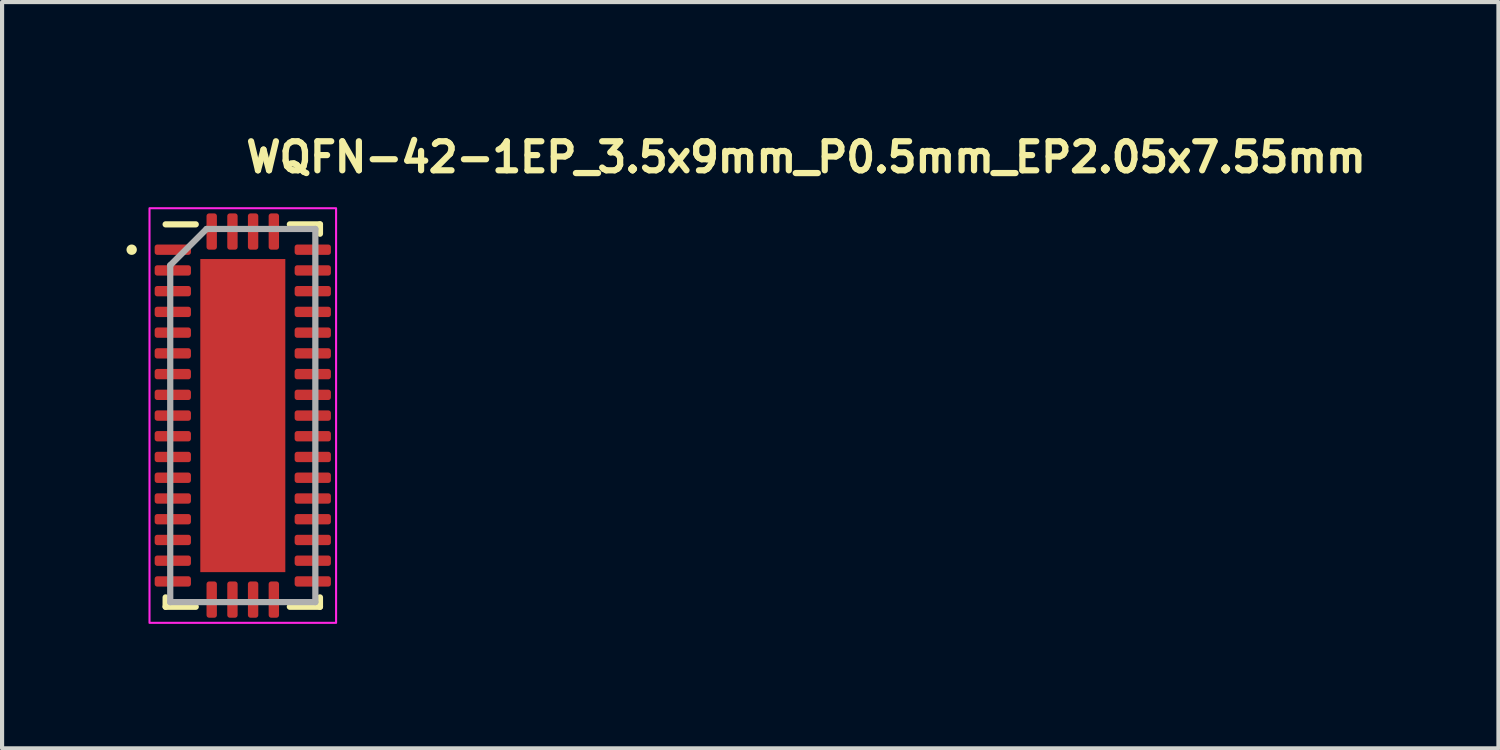
<source format=kicad_pcb>
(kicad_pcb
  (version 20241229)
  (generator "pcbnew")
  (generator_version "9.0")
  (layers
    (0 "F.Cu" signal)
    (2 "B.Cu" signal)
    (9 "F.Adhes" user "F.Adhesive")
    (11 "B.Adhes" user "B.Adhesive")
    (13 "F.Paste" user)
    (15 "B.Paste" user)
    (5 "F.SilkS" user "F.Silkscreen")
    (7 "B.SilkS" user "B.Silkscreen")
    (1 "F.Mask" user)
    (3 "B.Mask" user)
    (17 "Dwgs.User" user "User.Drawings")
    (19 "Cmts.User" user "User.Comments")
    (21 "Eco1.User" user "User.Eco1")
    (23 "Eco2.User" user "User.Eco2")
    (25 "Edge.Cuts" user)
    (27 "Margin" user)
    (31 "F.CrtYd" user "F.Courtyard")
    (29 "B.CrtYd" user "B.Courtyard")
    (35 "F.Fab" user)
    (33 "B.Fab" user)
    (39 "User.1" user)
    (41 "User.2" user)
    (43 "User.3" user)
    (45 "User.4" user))
  (footprint "WQFN-42-1EP_3.5x9mm_P0.5mm_EP2.05x7.55mm"
    (layer "F.Cu")
    (at 2.805 6.971)
    (property "Reference" "WQFN-42-1EP_3.5x9mm_P0.5mm_EP2.05x7.55mm" (at 0 -5.821 0) (layer "F.SilkS") (effects (font (size 0.7 0.7) (thickness 0.15)) (justify left bottom)))
    (attr smd)
    (fp_line (start -1.861 4.61) (end -1.861 4.384) (stroke (width 0.15) (type solid)) (layer "F.SilkS"))
    (fp_line (start -1.135 -4.611) (end -1.861 -4.611) (stroke (width 0.15) (type solid)) (layer "F.SilkS"))
    (fp_line (start -1.135 4.61) (end -1.861 4.61) (stroke (width 0.15) (type solid)) (layer "F.SilkS"))
    (fp_line (start 1.134 -4.611) (end 1.86 -4.611) (stroke (width 0.15) (type solid)) (layer "F.SilkS"))
    (fp_line (start 1.134 4.61) (end 1.86 4.61) (stroke (width 0.15) (type solid)) (layer "F.SilkS"))
    (fp_line (start 1.86 -4.611) (end 1.86 -4.385) (stroke (width 0.15) (type solid)) (layer "F.SilkS"))
    (fp_line (start 1.86 4.61) (end 1.86 4.384) (stroke (width 0.15) (type solid)) (layer "F.SilkS"))
    (fp_circle (center -2.68 -4) (end -2.63 -4) (stroke (width 0.15) (type solid)) (fill yes) (layer "F.SilkS"))
    (fp_rect (start -2.25 -5) (end 2.249 4.998) (stroke (width 0.05) (type solid)) (fill no) (layer "F.CrtYd"))
    (fp_line (start -1.75 -3.625) (end -0.875 -4.5) (stroke (width 0.15) (type solid)) (layer "F.Fab"))
    (fp_line (start -1.75 4.498) (end -1.75 -3.625) (stroke (width 0.15) (type solid)) (layer "F.Fab"))
    (fp_line (start -0.875 -4.5) (end 1.749 -4.5) (stroke (width 0.15) (type solid)) (layer "F.Fab"))
    (fp_line (start 1.749 -4.5) (end 1.749 4.498) (stroke (width 0.15) (type solid)) (layer "F.Fab"))
    (fp_line (start 1.749 4.498) (end -1.75 4.498) (stroke (width 0.15) (type solid)) (layer "F.Fab"))
    (fp_rect (start -1.75 -4.5) (end 1.749 4.498) (stroke (width 0.1) (type solid)) (fill no) (layer "User.5"))
    (fp_line (start -1.75 -4.5) (end -1.75 4.498) (stroke (width 0.02) (type solid)) (layer "User.9"))
    (fp_line (start -1.75 4.498) (end 1.749 4.498) (stroke (width 0.02) (type solid)) (layer "User.9"))
    (fp_line (start -1.45 -4.021) (end -1.45 -4.012) (stroke (width 0.02) (type solid)) (layer "User.9"))
    (fp_line (start -1.45 -4.021) (end -1.45 -4.012) (stroke (width 0.02) (type solid)) (layer "User.9"))
    (fp_line (start -1.45 -4.012) (end -1.45 -4) (stroke (width 0.02) (type solid)) (layer "User.9"))
    (fp_line (start -1.45 -4.012) (end -1.45 -4) (stroke (width 0.02) (type solid)) (layer "User.9"))
    (fp_line (start -1.45 -4) (end -1.45 -4) (stroke (width 0.02) (type solid)) (layer "User.9"))
    (fp_line (start -1.45 -4) (end -1.45 -4) (stroke (width 0.02) (type solid)) (layer "User.9"))
    (fp_line (start -1.45 -4) (end -1.45 -3.991) (stroke (width 0.02) (type solid)) (layer "User.9"))
    (fp_line (start -1.45 -4) (end -1.45 -3.991) (stroke (width 0.02) (type solid)) (layer "User.9"))
    (fp_line (start -1.45 -3.991) (end -1.45 -3.98) (stroke (width 0.02) (type solid)) (layer "User.9"))
    (fp_line (start -1.45 -3.991) (end -1.45 -3.98) (stroke (width 0.02) (type solid)) (layer "User.9"))
    (fp_line (start -1.45 -3.98) (end -1.448 -3.971) (stroke (width 0.02) (type solid)) (layer "User.9"))
    (fp_line (start -1.45 -3.98) (end -1.448 -3.971) (stroke (width 0.02) (type solid)) (layer "User.9"))
    (fp_line (start -1.448 -4.031) (end -1.45 -4.021) (stroke (width 0.02) (type solid)) (layer "User.9"))
    (fp_line (start -1.448 -4.031) (end -1.45 -4.021) (stroke (width 0.02) (type solid)) (layer "User.9"))
    (fp_line (start -1.448 -3.971) (end -1.446 -3.96) (stroke (width 0.02) (type solid)) (layer "User.9"))
    (fp_line (start -1.448 -3.971) (end -1.446 -3.96) (stroke (width 0.02) (type solid)) (layer "User.9"))
    (fp_line (start -1.446 -4.042) (end -1.448 -4.031) (stroke (width 0.02) (type solid)) (layer "User.9"))
    (fp_line (start -1.446 -4.042) (end -1.448 -4.031) (stroke (width 0.02) (type solid)) (layer "User.9"))
    (fp_line (start -1.446 -3.96) (end -1.444 -3.951) (stroke (width 0.02) (type solid)) (layer "User.9"))
    (fp_line (start -1.446 -3.96) (end -1.444 -3.951) (stroke (width 0.02) (type solid)) (layer "User.9"))
    (fp_line (start -1.444 -4.05) (end -1.446 -4.042) (stroke (width 0.02) (type solid)) (layer "User.9"))
    (fp_line (start -1.444 -4.05) (end -1.446 -4.042) (stroke (width 0.02) (type solid)) (layer "User.9"))
    (fp_line (start -1.444 -3.951) (end -1.442 -3.942) (stroke (width 0.02) (type solid)) (layer "User.9"))
    (fp_line (start -1.444 -3.951) (end -1.442 -3.942) (stroke (width 0.02) (type solid)) (layer "User.9"))
    (fp_line (start -1.442 -4.061) (end -1.444 -4.05) (stroke (width 0.02) (type solid)) (layer "User.9"))
    (fp_line (start -1.442 -4.061) (end -1.444 -4.05) (stroke (width 0.02) (type solid)) (layer "User.9"))
    (fp_line (start -1.442 -3.942) (end -1.438 -3.932) (stroke (width 0.02) (type solid)) (layer "User.9"))
    (fp_line (start -1.442 -3.942) (end -1.438 -3.932) (stroke (width 0.02) (type solid)) (layer "User.9"))
    (fp_line (start -1.438 -4.069) (end -1.442 -4.061) (stroke (width 0.02) (type solid)) (layer "User.9"))
    (fp_line (start -1.438 -4.069) (end -1.442 -4.061) (stroke (width 0.02) (type solid)) (layer "User.9"))
    (fp_line (start -1.438 -3.932) (end -1.436 -3.923) (stroke (width 0.02) (type solid)) (layer "User.9"))
    (fp_line (start -1.438 -3.932) (end -1.436 -3.923) (stroke (width 0.02) (type solid)) (layer "User.9"))
    (fp_line (start -1.436 -4.079) (end -1.438 -4.069) (stroke (width 0.02) (type solid)) (layer "User.9"))
    (fp_line (start -1.436 -4.079) (end -1.438 -4.069) (stroke (width 0.02) (type solid)) (layer "User.9"))
    (fp_line (start -1.436 -3.923) (end -1.432 -3.915) (stroke (width 0.02) (type solid)) (layer "User.9"))
    (fp_line (start -1.436 -3.923) (end -1.432 -3.915) (stroke (width 0.02) (type solid)) (layer "User.9"))
    (fp_line (start -1.432 -4.087) (end -1.436 -4.079) (stroke (width 0.02) (type solid)) (layer "User.9"))
    (fp_line (start -1.432 -4.087) (end -1.436 -4.079) (stroke (width 0.02) (type solid)) (layer "User.9"))
    (fp_line (start -1.432 -3.915) (end -1.426 -3.906) (stroke (width 0.02) (type solid)) (layer "User.9"))
    (fp_line (start -1.432 -3.915) (end -1.426 -3.906) (stroke (width 0.02) (type solid)) (layer "User.9"))
    (fp_line (start -1.426 -4.096) (end -1.432 -4.087) (stroke (width 0.02) (type solid)) (layer "User.9"))
    (fp_line (start -1.426 -4.096) (end -1.432 -4.087) (stroke (width 0.02) (type solid)) (layer "User.9"))
    (fp_line (start -1.426 -3.906) (end -1.422 -3.898) (stroke (width 0.02) (type solid)) (layer "User.9"))
    (fp_line (start -1.426 -3.906) (end -1.422 -3.898) (stroke (width 0.02) (type solid)) (layer "User.9"))
    (fp_line (start -1.422 -4.105) (end -1.426 -4.096) (stroke (width 0.02) (type solid)) (layer "User.9"))
    (fp_line (start -1.422 -4.105) (end -1.426 -4.096) (stroke (width 0.02) (type solid)) (layer "User.9"))
    (fp_line (start -1.422 -3.898) (end -1.416 -3.89) (stroke (width 0.02) (type solid)) (layer "User.9"))
    (fp_line (start -1.422 -3.898) (end -1.416 -3.89) (stroke (width 0.02) (type solid)) (layer "User.9"))
    (fp_line (start -1.416 -4.113) (end -1.422 -4.105) (stroke (width 0.02) (type solid)) (layer "User.9"))
    (fp_line (start -1.416 -4.113) (end -1.422 -4.105) (stroke (width 0.02) (type solid)) (layer "User.9"))
    (fp_line (start -1.416 -3.89) (end -1.412 -3.882) (stroke (width 0.02) (type solid)) (layer "User.9"))
    (fp_line (start -1.416 -3.89) (end -1.412 -3.882) (stroke (width 0.02) (type solid)) (layer "User.9"))
    (fp_line (start -1.412 -4.121) (end -1.416 -4.113) (stroke (width 0.02) (type solid)) (layer "User.9"))
    (fp_line (start -1.412 -4.121) (end -1.416 -4.113) (stroke (width 0.02) (type solid)) (layer "User.9"))
    (fp_line (start -1.412 -3.882) (end -1.405 -3.874) (stroke (width 0.02) (type solid)) (layer "User.9"))
    (fp_line (start -1.412 -3.882) (end -1.405 -3.874) (stroke (width 0.02) (type solid)) (layer "User.9"))
    (fp_line (start -1.405 -4.129) (end -1.412 -4.121) (stroke (width 0.02) (type solid)) (layer "User.9"))
    (fp_line (start -1.405 -4.129) (end -1.412 -4.121) (stroke (width 0.02) (type solid)) (layer "User.9"))
    (fp_line (start -1.405 -3.874) (end -1.399 -3.867) (stroke (width 0.02) (type solid)) (layer "User.9"))
    (fp_line (start -1.405 -3.874) (end -1.399 -3.867) (stroke (width 0.02) (type solid)) (layer "User.9"))
    (fp_line (start -1.399 -4.135) (end -1.405 -4.129) (stroke (width 0.02) (type solid)) (layer "User.9"))
    (fp_line (start -1.399 -4.135) (end -1.405 -4.129) (stroke (width 0.02) (type solid)) (layer "User.9"))
    (fp_line (start -1.399 -3.867) (end -1.393 -3.859) (stroke (width 0.02) (type solid)) (layer "User.9"))
    (fp_line (start -1.399 -3.867) (end -1.393 -3.859) (stroke (width 0.02) (type solid)) (layer "User.9"))
    (fp_line (start -1.393 -4.143) (end -1.399 -4.135) (stroke (width 0.02) (type solid)) (layer "User.9"))
    (fp_line (start -1.393 -4.143) (end -1.399 -4.135) (stroke (width 0.02) (type solid)) (layer "User.9"))
    (fp_line (start -1.393 -3.859) (end -1.385 -3.854) (stroke (width 0.02) (type solid)) (layer "User.9"))
    (fp_line (start -1.393 -3.859) (end -1.385 -3.854) (stroke (width 0.02) (type solid)) (layer "User.9"))
    (fp_line (start -1.385 -4.148) (end -1.393 -4.143) (stroke (width 0.02) (type solid)) (layer "User.9"))
    (fp_line (start -1.385 -4.148) (end -1.393 -4.143) (stroke (width 0.02) (type solid)) (layer "User.9"))
    (fp_line (start -1.385 -3.854) (end -1.379 -3.847) (stroke (width 0.02) (type solid)) (layer "User.9"))
    (fp_line (start -1.385 -3.854) (end -1.379 -3.847) (stroke (width 0.02) (type solid)) (layer "User.9"))
    (fp_line (start -1.379 -4.156) (end -1.385 -4.148) (stroke (width 0.02) (type solid)) (layer "User.9"))
    (fp_line (start -1.379 -4.156) (end -1.385 -4.148) (stroke (width 0.02) (type solid)) (layer "User.9"))
    (fp_line (start -1.379 -3.847) (end -1.371 -3.84) (stroke (width 0.02) (type solid)) (layer "User.9"))
    (fp_line (start -1.379 -3.847) (end -1.371 -3.84) (stroke (width 0.02) (type solid)) (layer "User.9"))
    (fp_line (start -1.371 -4.162) (end -1.379 -4.156) (stroke (width 0.02) (type solid)) (layer "User.9"))
    (fp_line (start -1.371 -4.162) (end -1.379 -4.156) (stroke (width 0.02) (type solid)) (layer "User.9"))
    (fp_line (start -1.371 -3.84) (end -1.363 -3.835) (stroke (width 0.02) (type solid)) (layer "User.9"))
    (fp_line (start -1.371 -3.84) (end -1.363 -3.835) (stroke (width 0.02) (type solid)) (layer "User.9"))
    (fp_line (start -1.363 -4.167) (end -1.371 -4.162) (stroke (width 0.02) (type solid)) (layer "User.9"))
    (fp_line (start -1.363 -4.167) (end -1.371 -4.162) (stroke (width 0.02) (type solid)) (layer "User.9"))
    (fp_line (start -1.363 -3.835) (end -1.355 -3.83) (stroke (width 0.02) (type solid)) (layer "User.9"))
    (fp_line (start -1.363 -3.835) (end -1.355 -3.83) (stroke (width 0.02) (type solid)) (layer "User.9"))
    (fp_line (start -1.355 -4.172) (end -1.363 -4.167) (stroke (width 0.02) (type solid)) (layer "User.9"))
    (fp_line (start -1.355 -4.172) (end -1.363 -4.167) (stroke (width 0.02) (type solid)) (layer "User.9"))
    (fp_line (start -1.355 -3.83) (end -1.347 -3.826) (stroke (width 0.02) (type solid)) (layer "User.9"))
    (fp_line (start -1.355 -3.83) (end -1.347 -3.826) (stroke (width 0.02) (type solid)) (layer "User.9"))
    (fp_line (start -1.347 -4.177) (end -1.355 -4.172) (stroke (width 0.02) (type solid)) (layer "User.9"))
    (fp_line (start -1.347 -4.177) (end -1.355 -4.172) (stroke (width 0.02) (type solid)) (layer "User.9"))
    (fp_line (start -1.347 -3.826) (end -1.337 -3.821) (stroke (width 0.02) (type solid)) (layer "User.9"))
    (fp_line (start -1.347 -3.826) (end -1.337 -3.821) (stroke (width 0.02) (type solid)) (layer "User.9"))
    (fp_line (start -1.337 -4.181) (end -1.347 -4.177) (stroke (width 0.02) (type solid)) (layer "User.9"))
    (fp_line (start -1.337 -4.181) (end -1.347 -4.177) (stroke (width 0.02) (type solid)) (layer "User.9"))
    (fp_line (start -1.337 -3.821) (end -1.329 -3.817) (stroke (width 0.02) (type solid)) (layer "User.9"))
    (fp_line (start -1.337 -3.821) (end -1.329 -3.817) (stroke (width 0.02) (type solid)) (layer "User.9"))
    (fp_line (start -1.329 -4.186) (end -1.337 -4.181) (stroke (width 0.02) (type solid)) (layer "User.9"))
    (fp_line (start -1.329 -4.186) (end -1.337 -4.181) (stroke (width 0.02) (type solid)) (layer "User.9"))
    (fp_line (start -1.329 -3.817) (end -1.319 -3.814) (stroke (width 0.02) (type solid)) (layer "User.9"))
    (fp_line (start -1.329 -3.817) (end -1.319 -3.814) (stroke (width 0.02) (type solid)) (layer "User.9"))
    (fp_line (start -1.319 -4.188) (end -1.329 -4.186) (stroke (width 0.02) (type solid)) (layer "User.9"))
    (fp_line (start -1.319 -4.188) (end -1.329 -4.186) (stroke (width 0.02) (type solid)) (layer "User.9"))
    (fp_line (start -1.319 -3.814) (end -1.311 -3.81) (stroke (width 0.02) (type solid)) (layer "User.9"))
    (fp_line (start -1.319 -3.814) (end -1.311 -3.81) (stroke (width 0.02) (type solid)) (layer "User.9"))
    (fp_line (start -1.311 -4.191) (end -1.319 -4.188) (stroke (width 0.02) (type solid)) (layer "User.9"))
    (fp_line (start -1.311 -4.191) (end -1.319 -4.188) (stroke (width 0.02) (type solid)) (layer "User.9"))
    (fp_line (start -1.311 -3.81) (end -1.301 -3.807) (stroke (width 0.02) (type solid)) (layer "User.9"))
    (fp_line (start -1.311 -3.81) (end -1.301 -3.807) (stroke (width 0.02) (type solid)) (layer "User.9"))
    (fp_line (start -1.301 -4.194) (end -1.311 -4.191) (stroke (width 0.02) (type solid)) (layer "User.9"))
    (fp_line (start -1.301 -4.194) (end -1.311 -4.191) (stroke (width 0.02) (type solid)) (layer "User.9"))
    (fp_line (start -1.301 -3.807) (end -1.291 -3.806) (stroke (width 0.02) (type solid)) (layer "User.9"))
    (fp_line (start -1.301 -3.807) (end -1.291 -3.806) (stroke (width 0.02) (type solid)) (layer "User.9"))
    (fp_line (start -1.291 -4.196) (end -1.301 -4.194) (stroke (width 0.02) (type solid)) (layer "User.9"))
    (fp_line (start -1.291 -4.196) (end -1.301 -4.194) (stroke (width 0.02) (type solid)) (layer "User.9"))
    (fp_line (start -1.291 -3.806) (end -1.281 -3.803) (stroke (width 0.02) (type solid)) (layer "User.9"))
    (fp_line (start -1.291 -3.806) (end -1.281 -3.803) (stroke (width 0.02) (type solid)) (layer "User.9"))
    (fp_line (start -1.281 -4.199) (end -1.291 -4.196) (stroke (width 0.02) (type solid)) (layer "User.9"))
    (fp_line (start -1.281 -4.199) (end -1.291 -4.196) (stroke (width 0.02) (type solid)) (layer "User.9"))
    (fp_line (start -1.281 -3.803) (end -1.272 -3.802) (stroke (width 0.02) (type solid)) (layer "User.9"))
    (fp_line (start -1.281 -3.803) (end -1.272 -3.802) (stroke (width 0.02) (type solid)) (layer "User.9"))
    (fp_line (start -1.272 -4.199) (end -1.281 -4.199) (stroke (width 0.02) (type solid)) (layer "User.9"))
    (fp_line (start -1.272 -4.199) (end -1.281 -4.199) (stroke (width 0.02) (type solid)) (layer "User.9"))
    (fp_line (start -1.272 -3.802) (end -1.262 -3.802) (stroke (width 0.02) (type solid)) (layer "User.9"))
    (fp_line (start -1.272 -3.802) (end -1.262 -3.802) (stroke (width 0.02) (type solid)) (layer "User.9"))
    (fp_line (start -1.262 -4.201) (end -1.272 -4.199) (stroke (width 0.02) (type solid)) (layer "User.9"))
    (fp_line (start -1.262 -4.201) (end -1.272 -4.199) (stroke (width 0.02) (type solid)) (layer "User.9"))
    (fp_line (start -1.262 -3.802) (end -1.25 -3.801) (stroke (width 0.02) (type solid)) (layer "User.9"))
    (fp_line (start -1.262 -3.802) (end -1.25 -3.801) (stroke (width 0.02) (type solid)) (layer "User.9"))
    (fp_line (start -1.25 -4.202) (end -1.262 -4.201) (stroke (width 0.02) (type solid)) (layer "User.9"))
    (fp_line (start -1.25 -4.202) (end -1.262 -4.201) (stroke (width 0.02) (type solid)) (layer "User.9"))
    (fp_line (start -1.25 -3.801) (end -1.24 -3.802) (stroke (width 0.02) (type solid)) (layer "User.9"))
    (fp_line (start -1.25 -3.801) (end -1.24 -3.802) (stroke (width 0.02) (type solid)) (layer "User.9"))
    (fp_line (start -1.24 -4.201) (end -1.252 -4.202) (stroke (width 0.02) (type solid)) (layer "User.9"))
    (fp_line (start -1.24 -4.201) (end -1.252 -4.202) (stroke (width 0.02) (type solid)) (layer "User.9"))
    (fp_line (start -1.24 -3.802) (end -1.23 -3.802) (stroke (width 0.02) (type solid)) (layer "User.9"))
    (fp_line (start -1.24 -3.802) (end -1.23 -3.802) (stroke (width 0.02) (type solid)) (layer "User.9"))
    (fp_line (start -1.23 -4.199) (end -1.24 -4.201) (stroke (width 0.02) (type solid)) (layer "User.9"))
    (fp_line (start -1.23 -4.199) (end -1.24 -4.201) (stroke (width 0.02) (type solid)) (layer "User.9"))
    (fp_line (start -1.23 -3.802) (end -1.22 -3.803) (stroke (width 0.02) (type solid)) (layer "User.9"))
    (fp_line (start -1.23 -3.802) (end -1.22 -3.803) (stroke (width 0.02) (type solid)) (layer "User.9"))
    (fp_line (start -1.22 -4.199) (end -1.23 -4.199) (stroke (width 0.02) (type solid)) (layer "User.9"))
    (fp_line (start -1.22 -4.199) (end -1.23 -4.199) (stroke (width 0.02) (type solid)) (layer "User.9"))
    (fp_line (start -1.22 -3.803) (end -1.21 -3.806) (stroke (width 0.02) (type solid)) (layer "User.9"))
    (fp_line (start -1.22 -3.803) (end -1.21 -3.806) (stroke (width 0.02) (type solid)) (layer "User.9"))
    (fp_line (start -1.21 -4.196) (end -1.22 -4.199) (stroke (width 0.02) (type solid)) (layer "User.9"))
    (fp_line (start -1.21 -4.196) (end -1.22 -4.199) (stroke (width 0.02) (type solid)) (layer "User.9"))
    (fp_line (start -1.21 -3.806) (end -1.202 -3.807) (stroke (width 0.02) (type solid)) (layer "User.9"))
    (fp_line (start -1.21 -3.806) (end -1.202 -3.807) (stroke (width 0.02) (type solid)) (layer "User.9"))
    (fp_line (start -1.202 -4.194) (end -1.21 -4.196) (stroke (width 0.02) (type solid)) (layer "User.9"))
    (fp_line (start -1.202 -4.194) (end -1.21 -4.196) (stroke (width 0.02) (type solid)) (layer "User.9"))
    (fp_line (start -1.202 -3.807) (end -1.192 -3.81) (stroke (width 0.02) (type solid)) (layer "User.9"))
    (fp_line (start -1.202 -3.807) (end -1.192 -3.81) (stroke (width 0.02) (type solid)) (layer "User.9"))
    (fp_line (start -1.192 -4.191) (end -1.202 -4.194) (stroke (width 0.02) (type solid)) (layer "User.9"))
    (fp_line (start -1.192 -4.191) (end -1.202 -4.194) (stroke (width 0.02) (type solid)) (layer "User.9"))
    (fp_line (start -1.192 -3.81) (end -1.182 -3.814) (stroke (width 0.02) (type solid)) (layer "User.9"))
    (fp_line (start -1.192 -3.81) (end -1.182 -3.814) (stroke (width 0.02) (type solid)) (layer "User.9"))
    (fp_line (start -1.182 -4.188) (end -1.192 -4.191) (stroke (width 0.02) (type solid)) (layer "User.9"))
    (fp_line (start -1.182 -4.188) (end -1.192 -4.191) (stroke (width 0.02) (type solid)) (layer "User.9"))
    (fp_line (start -1.182 -3.814) (end -1.174 -3.817) (stroke (width 0.02) (type solid)) (layer "User.9"))
    (fp_line (start -1.182 -3.814) (end -1.174 -3.817) (stroke (width 0.02) (type solid)) (layer "User.9"))
    (fp_line (start -1.174 -4.186) (end -1.182 -4.188) (stroke (width 0.02) (type solid)) (layer "User.9"))
    (fp_line (start -1.174 -4.186) (end -1.182 -4.188) (stroke (width 0.02) (type solid)) (layer "User.9"))
    (fp_line (start -1.174 -3.817) (end -1.164 -3.821) (stroke (width 0.02) (type solid)) (layer "User.9"))
    (fp_line (start -1.174 -3.817) (end -1.164 -3.821) (stroke (width 0.02) (type solid)) (layer "User.9"))
    (fp_line (start -1.164 -4.181) (end -1.174 -4.186) (stroke (width 0.02) (type solid)) (layer "User.9"))
    (fp_line (start -1.164 -4.181) (end -1.174 -4.186) (stroke (width 0.02) (type solid)) (layer "User.9"))
    (fp_line (start -1.164 -3.821) (end -1.156 -3.826) (stroke (width 0.02) (type solid)) (layer "User.9"))
    (fp_line (start -1.164 -3.821) (end -1.156 -3.826) (stroke (width 0.02) (type solid)) (layer "User.9"))
    (fp_line (start -1.156 -4.177) (end -1.164 -4.181) (stroke (width 0.02) (type solid)) (layer "User.9"))
    (fp_line (start -1.156 -4.177) (end -1.164 -4.181) (stroke (width 0.02) (type solid)) (layer "User.9"))
    (fp_line (start -1.156 -3.826) (end -1.147 -3.83) (stroke (width 0.02) (type solid)) (layer "User.9"))
    (fp_line (start -1.156 -3.826) (end -1.147 -3.83) (stroke (width 0.02) (type solid)) (layer "User.9"))
    (fp_line (start -1.147 -4.172) (end -1.156 -4.177) (stroke (width 0.02) (type solid)) (layer "User.9"))
    (fp_line (start -1.147 -4.172) (end -1.156 -4.177) (stroke (width 0.02) (type solid)) (layer "User.9"))
    (fp_line (start -1.147 -3.83) (end -1.139 -3.835) (stroke (width 0.02) (type solid)) (layer "User.9"))
    (fp_line (start -1.147 -3.83) (end -1.139 -3.835) (stroke (width 0.02) (type solid)) (layer "User.9"))
    (fp_line (start -1.139 -4.167) (end -1.147 -4.172) (stroke (width 0.02) (type solid)) (layer "User.9"))
    (fp_line (start -1.139 -4.167) (end -1.147 -4.172) (stroke (width 0.02) (type solid)) (layer "User.9"))
    (fp_line (start -1.139 -3.835) (end -1.131 -3.84) (stroke (width 0.02) (type solid)) (layer "User.9"))
    (fp_line (start -1.139 -3.835) (end -1.131 -3.84) (stroke (width 0.02) (type solid)) (layer "User.9"))
    (fp_line (start -1.131 -4.162) (end -1.139 -4.167) (stroke (width 0.02) (type solid)) (layer "User.9"))
    (fp_line (start -1.131 -4.162) (end -1.139 -4.167) (stroke (width 0.02) (type solid)) (layer "User.9"))
    (fp_line (start -1.131 -3.84) (end -1.123 -3.847) (stroke (width 0.02) (type solid)) (layer "User.9"))
    (fp_line (start -1.131 -3.84) (end -1.123 -3.847) (stroke (width 0.02) (type solid)) (layer "User.9"))
    (fp_line (start -1.123 -4.156) (end -1.131 -4.162) (stroke (width 0.02) (type solid)) (layer "User.9"))
    (fp_line (start -1.123 -4.156) (end -1.131 -4.162) (stroke (width 0.02) (type solid)) (layer "User.9"))
    (fp_line (start -1.123 -3.847) (end -1.117 -3.854) (stroke (width 0.02) (type solid)) (layer "User.9"))
    (fp_line (start -1.123 -3.847) (end -1.117 -3.854) (stroke (width 0.02) (type solid)) (layer "User.9"))
    (fp_line (start -1.117 -4.148) (end -1.123 -4.156) (stroke (width 0.02) (type solid)) (layer "User.9"))
    (fp_line (start -1.117 -4.148) (end -1.123 -4.156) (stroke (width 0.02) (type solid)) (layer "User.9"))
    (fp_line (start -1.117 -3.854) (end -1.109 -3.859) (stroke (width 0.02) (type solid)) (layer "User.9"))
    (fp_line (start -1.117 -3.854) (end -1.109 -3.859) (stroke (width 0.02) (type solid)) (layer "User.9"))
    (fp_line (start -1.109 -4.143) (end -1.117 -4.148) (stroke (width 0.02) (type solid)) (layer "User.9"))
    (fp_line (start -1.109 -4.143) (end -1.117 -4.148) (stroke (width 0.02) (type solid)) (layer "User.9"))
    (fp_line (start -1.109 -3.859) (end -1.103 -3.867) (stroke (width 0.02) (type solid)) (layer "User.9"))
    (fp_line (start -1.109 -3.859) (end -1.103 -3.867) (stroke (width 0.02) (type solid)) (layer "User.9"))
    (fp_line (start -1.103 -4.135) (end -1.109 -4.143) (stroke (width 0.02) (type solid)) (layer "User.9"))
    (fp_line (start -1.103 -4.135) (end -1.109 -4.143) (stroke (width 0.02) (type solid)) (layer "User.9"))
    (fp_line (start -1.103 -3.867) (end -1.097 -3.874) (stroke (width 0.02) (type solid)) (layer "User.9"))
    (fp_line (start -1.103 -3.867) (end -1.097 -3.874) (stroke (width 0.02) (type solid)) (layer "User.9"))
    (fp_line (start -1.097 -4.129) (end -1.103 -4.135) (stroke (width 0.02) (type solid)) (layer "User.9"))
    (fp_line (start -1.097 -4.129) (end -1.103 -4.135) (stroke (width 0.02) (type solid)) (layer "User.9"))
    (fp_line (start -1.097 -3.874) (end -1.091 -3.882) (stroke (width 0.02) (type solid)) (layer "User.9"))
    (fp_line (start -1.097 -3.874) (end -1.091 -3.882) (stroke (width 0.02) (type solid)) (layer "User.9"))
    (fp_line (start -1.091 -4.121) (end -1.097 -4.129) (stroke (width 0.02) (type solid)) (layer "User.9"))
    (fp_line (start -1.091 -4.121) (end -1.097 -4.129) (stroke (width 0.02) (type solid)) (layer "User.9"))
    (fp_line (start -1.091 -3.882) (end -1.085 -3.89) (stroke (width 0.02) (type solid)) (layer "User.9"))
    (fp_line (start -1.091 -3.882) (end -1.085 -3.89) (stroke (width 0.02) (type solid)) (layer "User.9"))
    (fp_line (start -1.085 -4.113) (end -1.091 -4.121) (stroke (width 0.02) (type solid)) (layer "User.9"))
    (fp_line (start -1.085 -4.113) (end -1.091 -4.121) (stroke (width 0.02) (type solid)) (layer "User.9"))
    (fp_line (start -1.085 -3.89) (end -1.081 -3.898) (stroke (width 0.02) (type solid)) (layer "User.9"))
    (fp_line (start -1.085 -3.89) (end -1.081 -3.898) (stroke (width 0.02) (type solid)) (layer "User.9"))
    (fp_line (start -1.081 -4.105) (end -1.085 -4.113) (stroke (width 0.02) (type solid)) (layer "User.9"))
    (fp_line (start -1.081 -4.105) (end -1.085 -4.113) (stroke (width 0.02) (type solid)) (layer "User.9"))
    (fp_line (start -1.081 -3.898) (end -1.075 -3.906) (stroke (width 0.02) (type solid)) (layer "User.9"))
    (fp_line (start -1.081 -3.898) (end -1.075 -3.906) (stroke (width 0.02) (type solid)) (layer "User.9"))
    (fp_line (start -1.075 -4.096) (end -1.081 -4.105) (stroke (width 0.02) (type solid)) (layer "User.9"))
    (fp_line (start -1.075 -4.096) (end -1.081 -4.105) (stroke (width 0.02) (type solid)) (layer "User.9"))
    (fp_line (start -1.075 -3.906) (end -1.071 -3.915) (stroke (width 0.02) (type solid)) (layer "User.9"))
    (fp_line (start -1.075 -3.906) (end -1.071 -3.915) (stroke (width 0.02) (type solid)) (layer "User.9"))
    (fp_line (start -1.071 -4.087) (end -1.075 -4.096) (stroke (width 0.02) (type solid)) (layer "User.9"))
    (fp_line (start -1.071 -4.087) (end -1.075 -4.096) (stroke (width 0.02) (type solid)) (layer "User.9"))
    (fp_line (start -1.071 -3.915) (end -1.067 -3.923) (stroke (width 0.02) (type solid)) (layer "User.9"))
    (fp_line (start -1.071 -3.915) (end -1.067 -3.923) (stroke (width 0.02) (type solid)) (layer "User.9"))
    (fp_line (start -1.067 -4.079) (end -1.071 -4.087) (stroke (width 0.02) (type solid)) (layer "User.9"))
    (fp_line (start -1.067 -4.079) (end -1.071 -4.087) (stroke (width 0.02) (type solid)) (layer "User.9"))
    (fp_line (start -1.067 -3.923) (end -1.063 -3.932) (stroke (width 0.02) (type solid)) (layer "User.9"))
    (fp_line (start -1.067 -3.923) (end -1.063 -3.932) (stroke (width 0.02) (type solid)) (layer "User.9"))
    (fp_line (start -1.063 -4.069) (end -1.067 -4.079) (stroke (width 0.02) (type solid)) (layer "User.9"))
    (fp_line (start -1.063 -4.069) (end -1.067 -4.079) (stroke (width 0.02) (type solid)) (layer "User.9"))
    (fp_line (start -1.063 -3.932) (end -1.061 -3.942) (stroke (width 0.02) (type solid)) (layer "User.9"))
    (fp_line (start -1.063 -3.932) (end -1.061 -3.942) (stroke (width 0.02) (type solid)) (layer "User.9"))
    (fp_line (start -1.061 -4.061) (end -1.063 -4.069) (stroke (width 0.02) (type solid)) (layer "User.9"))
    (fp_line (start -1.061 -4.061) (end -1.063 -4.069) (stroke (width 0.02) (type solid)) (layer "User.9"))
    (fp_line (start -1.061 -3.942) (end -1.057 -3.951) (stroke (width 0.02) (type solid)) (layer "User.9"))
    (fp_line (start -1.061 -3.942) (end -1.057 -3.951) (stroke (width 0.02) (type solid)) (layer "User.9"))
    (fp_line (start -1.057 -4.05) (end -1.061 -4.061) (stroke (width 0.02) (type solid)) (layer "User.9"))
    (fp_line (start -1.057 -4.05) (end -1.061 -4.061) (stroke (width 0.02) (type solid)) (layer "User.9"))
    (fp_line (start -1.057 -3.951) (end -1.055 -3.96) (stroke (width 0.02) (type solid)) (layer "User.9"))
    (fp_line (start -1.057 -3.951) (end -1.055 -3.96) (stroke (width 0.02) (type solid)) (layer "User.9"))
    (fp_line (start -1.055 -4.042) (end -1.057 -4.05) (stroke (width 0.02) (type solid)) (layer "User.9"))
    (fp_line (start -1.055 -4.042) (end -1.057 -4.05) (stroke (width 0.02) (type solid)) (layer "User.9"))
    (fp_line (start -1.055 -3.96) (end -1.053 -3.971) (stroke (width 0.02) (type solid)) (layer "User.9"))
    (fp_line (start -1.055 -3.96) (end -1.053 -3.971) (stroke (width 0.02) (type solid)) (layer "User.9"))
    (fp_line (start -1.053 -4.031) (end -1.055 -4.042) (stroke (width 0.02) (type solid)) (layer "User.9"))
    (fp_line (start -1.053 -4.031) (end -1.055 -4.042) (stroke (width 0.02) (type solid)) (layer "User.9"))
    (fp_line (start -1.053 -4.021) (end -1.053 -4.031) (stroke (width 0.02) (type solid)) (layer "User.9"))
    (fp_line (start -1.053 -4.021) (end -1.053 -4.031) (stroke (width 0.02) (type solid)) (layer "User.9"))
    (fp_line (start -1.053 -3.98) (end -1.051 -3.991) (stroke (width 0.02) (type solid)) (layer "User.9"))
    (fp_line (start -1.053 -3.98) (end -1.051 -3.991) (stroke (width 0.02) (type solid)) (layer "User.9"))
    (fp_line (start -1.053 -3.971) (end -1.053 -3.98) (stroke (width 0.02) (type solid)) (layer "User.9"))
    (fp_line (start -1.053 -3.971) (end -1.053 -3.98) (stroke (width 0.02) (type solid)) (layer "User.9"))
    (fp_line (start -1.051 -4.012) (end -1.053 -4.021) (stroke (width 0.02) (type solid)) (layer "User.9"))
    (fp_line (start -1.051 -4.012) (end -1.053 -4.021) (stroke (width 0.02) (type solid)) (layer "User.9"))
    (fp_line (start -1.051 -4.002) (end -1.051 -4.012) (stroke (width 0.02) (type solid)) (layer "User.9"))
    (fp_line (start -1.051 -4.002) (end -1.051 -4.012) (stroke (width 0.02) (type solid)) (layer "User.9"))
    (fp_line (start -1.051 -4.002) (end -1.051 -4.002) (stroke (width 0.02) (type solid)) (layer "User.9"))
    (fp_line (start -1.051 -4.002) (end -1.051 -4.002) (stroke (width 0.02) (type solid)) (layer "User.9"))
    (fp_line (start -1.051 -3.991) (end -1.051 -4.002) (stroke (width 0.02) (type solid)) (layer "User.9"))
    (fp_line (start -1.051 -3.991) (end -1.051 -4.002) (stroke (width 0.02) (type solid)) (layer "User.9"))
    (fp_line (start 1.749 -4.5) (end -1.75 -4.5) (stroke (width 0.02) (type solid)) (layer "User.9"))
    (fp_line (start 1.749 4.498) (end 1.749 -4.5) (stroke (width 0.02) (type solid)) (layer "User.9"))
    (pad "" smd roundrect (at -0.51 -3.242) (size 0.83 0.87) (layers "F.Paste") (roundrect_rratio 0.25))
    (pad "" smd roundrect (at -0.51 -2.161) (size 0.83 0.87) (layers "F.Paste") (roundrect_rratio 0.25))
    (pad "" smd roundrect (at -0.51 -1.081) (size 0.83 0.87) (layers "F.Paste") (roundrect_rratio 0.25))
    (pad "" smd roundrect (at -0.51 0) (size 0.83 0.87) (layers "F.Paste") (roundrect_rratio 0.25))
    (pad "" smd roundrect (at -0.51 1.08) (size 0.83 0.87) (layers "F.Paste") (roundrect_rratio 0.25))
    (pad "" smd roundrect (at -0.51 2.16) (size 0.83 0.87) (layers "F.Paste") (roundrect_rratio 0.25))
    (pad "" smd roundrect (at -0.51 3.24) (size 0.83 0.87) (layers "F.Paste") (roundrect_rratio 0.25))
    (pad "" smd roundrect (at 0.508 -3.242) (size 0.83 0.87) (layers "F.Paste") (roundrect_rratio 0.25))
    (pad "" smd roundrect (at 0.508 -2.161) (size 0.83 0.87) (layers "F.Paste") (roundrect_rratio 0.25))
    (pad "" smd roundrect (at 0.508 -1.081) (size 0.83 0.87) (layers "F.Paste") (roundrect_rratio 0.25))
    (pad "" smd roundrect (at 0.508 0) (size 0.83 0.87) (layers "F.Paste") (roundrect_rratio 0.25))
    (pad "" smd roundrect (at 0.508 1.08) (size 0.83 0.87) (layers "F.Paste") (roundrect_rratio 0.25))
    (pad "" smd roundrect (at 0.508 2.16) (size 0.83 0.87) (layers "F.Paste") (roundrect_rratio 0.25))
    (pad "" smd roundrect (at 0.508 3.24) (size 0.83 0.87) (layers "F.Paste") (roundrect_rratio 0.25))
    (pad "1" smd roundrect (at -1.688 -4) (size 0.875 0.25) (layers "F.Cu" "F.Mask" "F.Paste") (roundrect_rratio 0.25))
    (pad "2" smd roundrect (at -1.688 -3.5) (size 0.875 0.25) (layers "F.Cu" "F.Mask" "F.Paste") (roundrect_rratio 0.25))
    (pad "3" smd roundrect (at -1.688 -3) (size 0.875 0.25) (layers "F.Cu" "F.Mask" "F.Paste") (roundrect_rratio 0.25))
    (pad "4" smd roundrect (at -1.688 -2.5) (size 0.875 0.25) (layers "F.Cu" "F.Mask" "F.Paste") (roundrect_rratio 0.25))
    (pad "5" smd roundrect (at -1.688 -2) (size 0.875 0.25) (layers "F.Cu" "F.Mask" "F.Paste") (roundrect_rratio 0.25))
    (pad "6" smd roundrect (at -1.688 -1.5) (size 0.875 0.25) (layers "F.Cu" "F.Mask" "F.Paste") (roundrect_rratio 0.25))
    (pad "7" smd roundrect (at -1.688 -1) (size 0.875 0.25) (layers "F.Cu" "F.Mask" "F.Paste") (roundrect_rratio 0.25))
    (pad "8" smd roundrect (at -1.688 -0.5) (size 0.875 0.25) (layers "F.Cu" "F.Mask" "F.Paste") (roundrect_rratio 0.25))
    (pad "9" smd roundrect (at -1.688 0) (size 0.875 0.25) (layers "F.Cu" "F.Mask" "F.Paste") (roundrect_rratio 0.25))
    (pad "10" smd roundrect (at -1.688 0.498) (size 0.875 0.25) (layers "F.Cu" "F.Mask" "F.Paste") (roundrect_rratio 0.25))
    (pad "11" smd roundrect (at -1.688 0.998) (size 0.875 0.25) (layers "F.Cu" "F.Mask" "F.Paste") (roundrect_rratio 0.25))
    (pad "12" smd roundrect (at -1.688 1.499) (size 0.875 0.25) (layers "F.Cu" "F.Mask" "F.Paste") (roundrect_rratio 0.25))
    (pad "13" smd roundrect (at -1.688 1.999) (size 0.875 0.25) (layers "F.Cu" "F.Mask" "F.Paste") (roundrect_rratio 0.25))
    (pad "14" smd roundrect (at -1.688 2.499) (size 0.875 0.25) (layers "F.Cu" "F.Mask" "F.Paste") (roundrect_rratio 0.25))
    (pad "15" smd roundrect (at -1.688 2.999) (size 0.875 0.25) (layers "F.Cu" "F.Mask" "F.Paste") (roundrect_rratio 0.25))
    (pad "16" smd roundrect (at -1.688 3.499) (size 0.875 0.25) (layers "F.Cu" "F.Mask" "F.Paste") (roundrect_rratio 0.25))
    (pad "17" smd roundrect (at -1.688 3.999) (size 0.875 0.25) (layers "F.Cu" "F.Mask" "F.Paste") (roundrect_rratio 0.25))
    (pad "18" smd roundrect (at -0.75 4.437) (size 0.25 0.875) (layers "F.Cu" "F.Mask" "F.Paste") (roundrect_rratio 0.25))
    (pad "19" smd roundrect (at -0.25 4.437) (size 0.25 0.875) (layers "F.Cu" "F.Mask" "F.Paste") (roundrect_rratio 0.25))
    (pad "20" smd roundrect (at 0.248 4.437) (size 0.25 0.875) (layers "F.Cu" "F.Mask" "F.Paste") (roundrect_rratio 0.25))
    (pad "21" smd roundrect (at 0.748 4.437) (size 0.25 0.875) (layers "F.Cu" "F.Mask" "F.Paste") (roundrect_rratio 0.25))
    (pad "22" smd roundrect (at 1.687 3.999) (size 0.875 0.25) (layers "F.Cu" "F.Mask" "F.Paste") (roundrect_rratio 0.25))
    (pad "23" smd roundrect (at 1.687 3.499) (size 0.875 0.25) (layers "F.Cu" "F.Mask" "F.Paste") (roundrect_rratio 0.25))
    (pad "24" smd roundrect (at 1.687 2.999) (size 0.875 0.25) (layers "F.Cu" "F.Mask" "F.Paste") (roundrect_rratio 0.25))
    (pad "25" smd roundrect (at 1.687 2.499) (size 0.875 0.25) (layers "F.Cu" "F.Mask" "F.Paste") (roundrect_rratio 0.25))
    (pad "26" smd roundrect (at 1.687 1.999) (size 0.875 0.25) (layers "F.Cu" "F.Mask" "F.Paste") (roundrect_rratio 0.25))
    (pad "27" smd roundrect (at 1.687 1.499) (size 0.875 0.25) (layers "F.Cu" "F.Mask" "F.Paste") (roundrect_rratio 0.25))
    (pad "28" smd roundrect (at 1.687 0.998) (size 0.875 0.25) (layers "F.Cu" "F.Mask" "F.Paste") (roundrect_rratio 0.25))
    (pad "29" smd roundrect (at 1.687 0.498) (size 0.875 0.25) (layers "F.Cu" "F.Mask" "F.Paste") (roundrect_rratio 0.25))
    (pad "30" smd roundrect (at 1.687 0) (size 0.875 0.25) (layers "F.Cu" "F.Mask" "F.Paste") (roundrect_rratio 0.25))
    (pad "31" smd roundrect (at 1.687 -0.5) (size 0.875 0.25) (layers "F.Cu" "F.Mask" "F.Paste") (roundrect_rratio 0.25))
    (pad "32" smd roundrect (at 1.687 -1) (size 0.875 0.25) (layers "F.Cu" "F.Mask" "F.Paste") (roundrect_rratio 0.25))
    (pad "33" smd roundrect (at 1.687 -1.5) (size 0.875 0.25) (layers "F.Cu" "F.Mask" "F.Paste") (roundrect_rratio 0.25))
    (pad "34" smd roundrect (at 1.687 -2) (size 0.875 0.25) (layers "F.Cu" "F.Mask" "F.Paste") (roundrect_rratio 0.25))
    (pad "35" smd roundrect (at 1.687 -2.5) (size 0.875 0.25) (layers "F.Cu" "F.Mask" "F.Paste") (roundrect_rratio 0.25))
    (pad "36" smd roundrect (at 1.687 -3) (size 0.875 0.25) (layers "F.Cu" "F.Mask" "F.Paste") (roundrect_rratio 0.25))
    (pad "37" smd roundrect (at 1.687 -3.5) (size 0.875 0.25) (layers "F.Cu" "F.Mask" "F.Paste") (roundrect_rratio 0.25))
    (pad "38" smd roundrect (at 1.687 -4) (size 0.875 0.25) (layers "F.Cu" "F.Mask" "F.Paste") (roundrect_rratio 0.25))
    (pad "39" smd roundrect (at 0.748 -4.438) (size 0.25 0.875) (layers "F.Cu" "F.Mask" "F.Paste") (roundrect_rratio 0.25))
    (pad "40" smd roundrect (at 0.248 -4.438) (size 0.25 0.875) (layers "F.Cu" "F.Mask" "F.Paste") (roundrect_rratio 0.25))
    (pad "41" smd roundrect (at -0.25 -4.438) (size 0.25 0.875) (layers "F.Cu" "F.Mask" "F.Paste") (roundrect_rratio 0.25))
    (pad "42" smd roundrect (at -0.75 -4.438) (size 0.25 0.875) (layers "F.Cu" "F.Mask" "F.Paste") (roundrect_rratio 0.25))
    (pad "43" smd rect (at 0 0) (size 2.05 7.55) (layers "F.Cu" "F.Mask")))
  (gr_rect
    (start -3 -3)
    (end 33.082 14.994)
    (stroke (width 0.1) (type default))
    (fill no)
    (layer "Edge.Cuts")))
</source>
